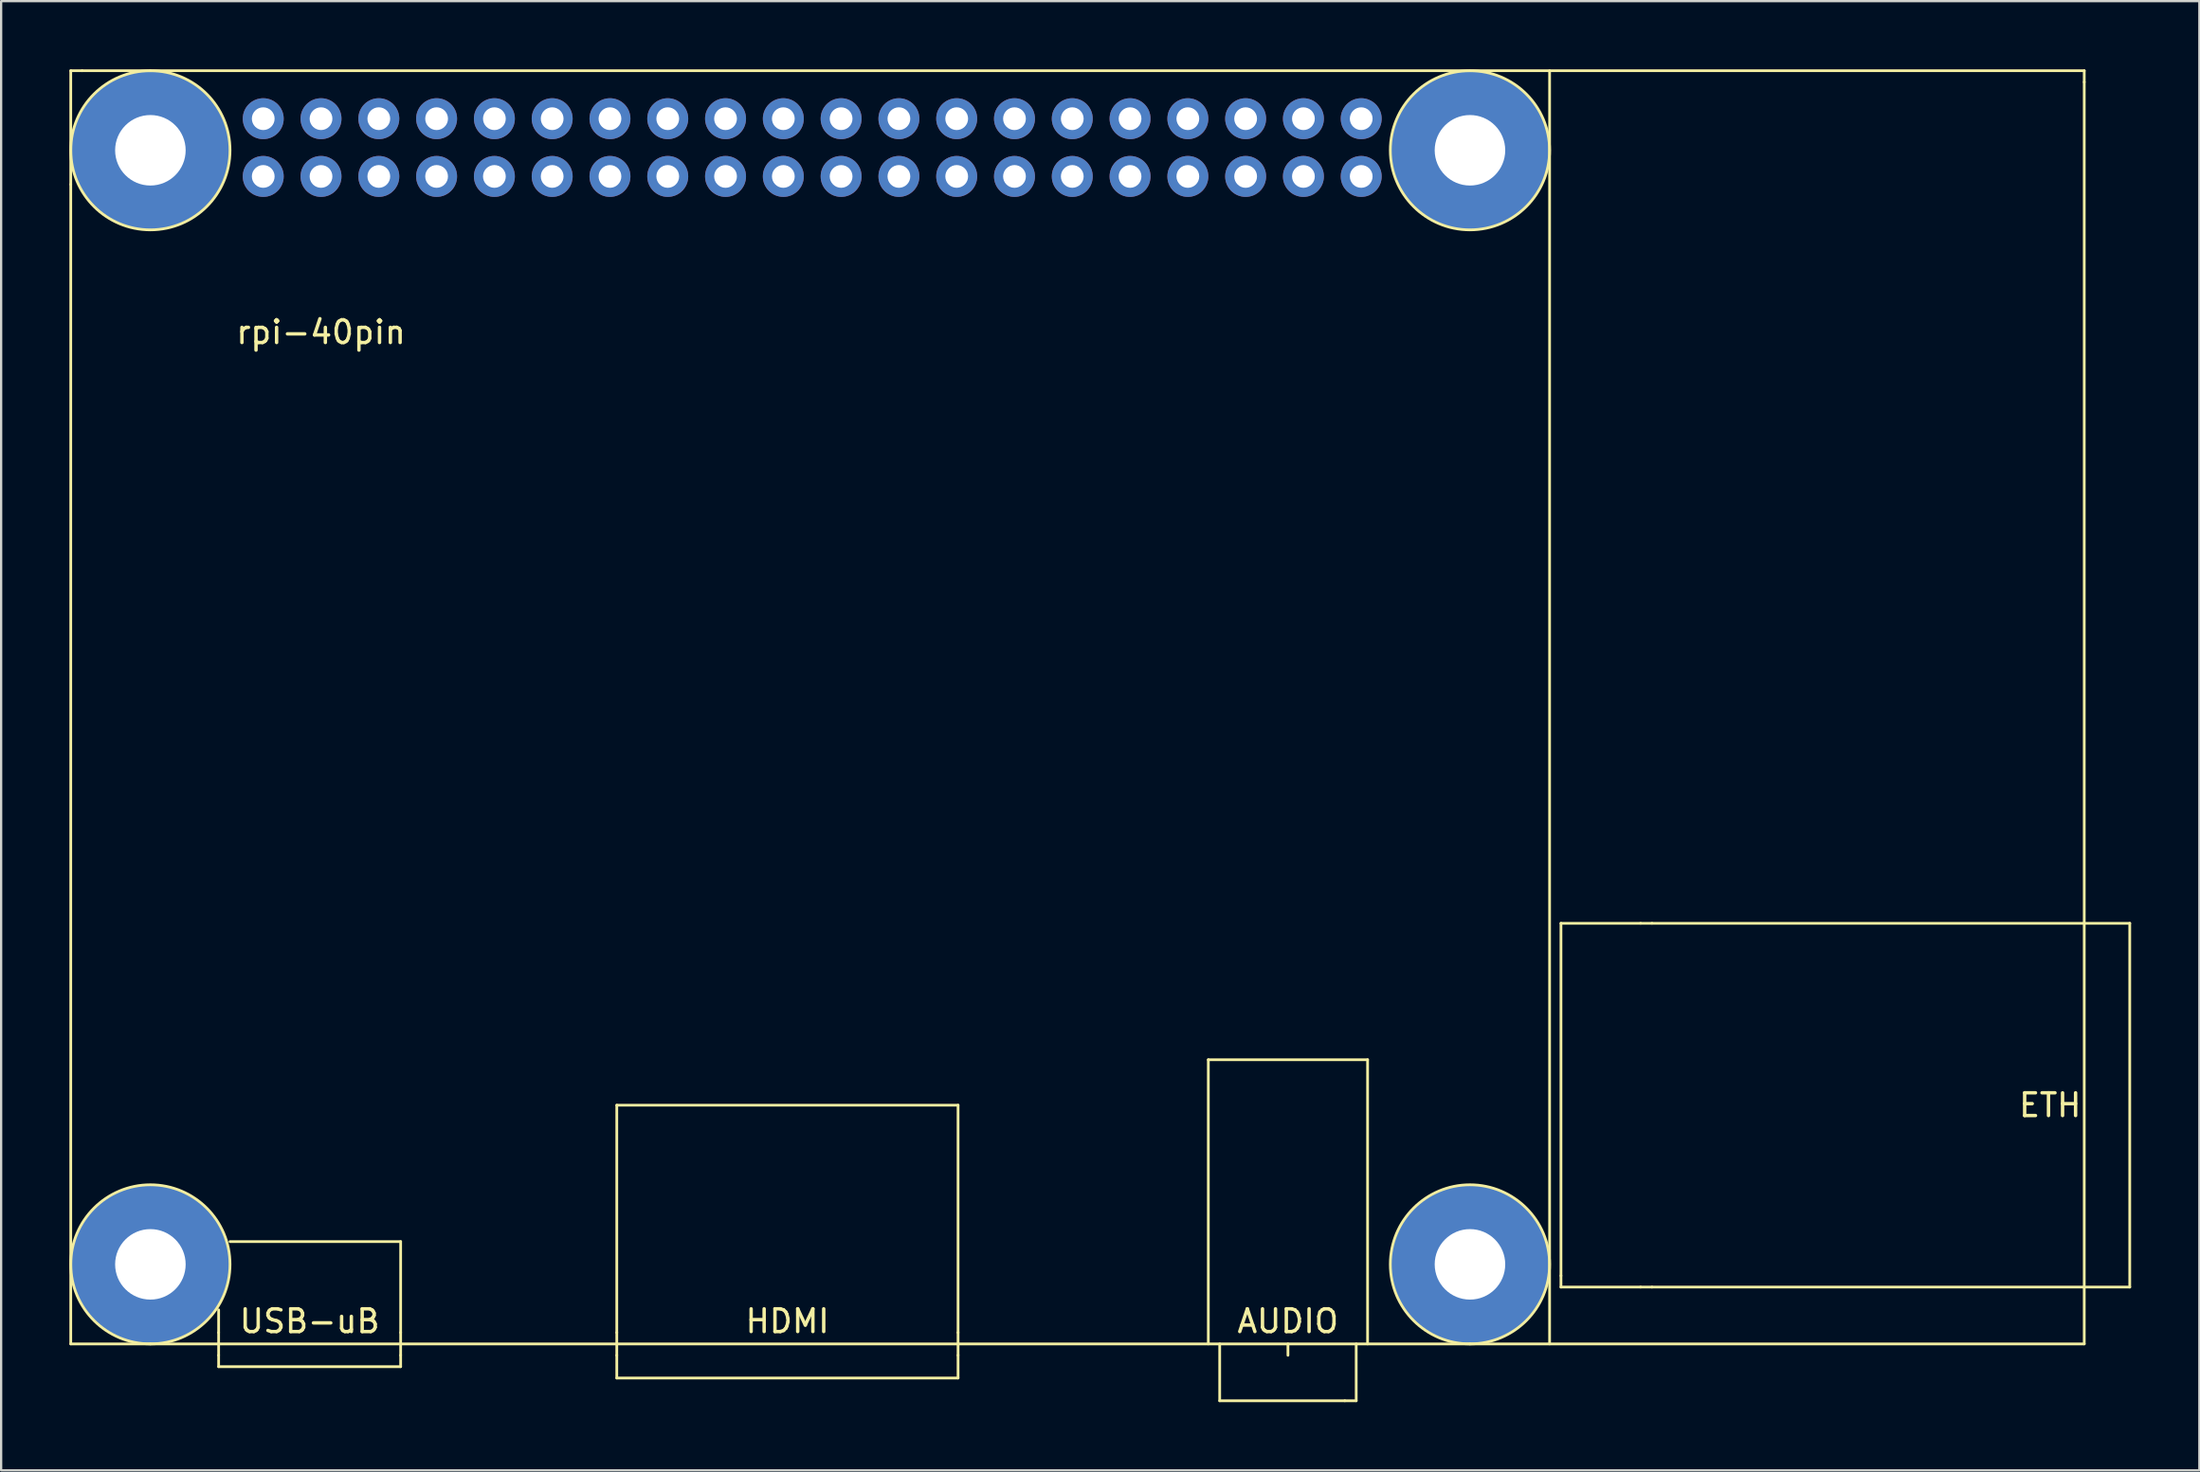
<source format=kicad_pcb>
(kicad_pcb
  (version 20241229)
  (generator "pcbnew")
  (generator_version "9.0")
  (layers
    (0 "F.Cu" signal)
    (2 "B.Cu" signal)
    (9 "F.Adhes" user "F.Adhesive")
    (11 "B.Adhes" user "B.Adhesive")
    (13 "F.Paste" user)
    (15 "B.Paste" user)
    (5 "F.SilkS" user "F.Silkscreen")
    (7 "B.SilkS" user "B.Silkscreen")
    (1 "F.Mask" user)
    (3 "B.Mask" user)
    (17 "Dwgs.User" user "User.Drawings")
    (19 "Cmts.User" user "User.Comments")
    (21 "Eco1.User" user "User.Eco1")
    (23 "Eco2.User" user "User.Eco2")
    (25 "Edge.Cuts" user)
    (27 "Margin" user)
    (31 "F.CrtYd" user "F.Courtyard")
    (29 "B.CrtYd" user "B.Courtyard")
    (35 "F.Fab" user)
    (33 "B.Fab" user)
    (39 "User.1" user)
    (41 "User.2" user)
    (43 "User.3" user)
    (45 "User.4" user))
  (footprint "rpi-40pin"
    (layer "F.Cu")
    (at 11.06 11.06)
    (property "Reference" "rpi-40pin" (at 0 0.5 0) (layer "F.SilkS") (effects (font (size 1 1) (thickness 0.15))))
    (attr through_hole)
    (fp_line (start -11 -11) (end -11 -6) (stroke (width 0.12) (type solid)) (layer "F.SilkS"))
    (fp_line (start -11 -11) (end -10.5 -11) (stroke (width 0.12) (type solid)) (layer "F.SilkS"))
    (fp_line (start -11 45) (end -11 -6) (stroke (width 0.12) (type solid)) (layer "F.SilkS"))
    (fp_line (start -7.5 -11) (end -10.5 -11) (stroke (width 0.12) (type solid)) (layer "F.SilkS"))
    (fp_line (start -7.5 45) (end -11 45) (stroke (width 0.12) (type solid)) (layer "F.SilkS"))
    (fp_line (start -7.5 45) (end 50.5 45) (stroke (width 0.12) (type solid)) (layer "F.SilkS"))
    (fp_line (start -4.5 44.5) (end -4.5 43.5) (stroke (width 0.12) (type solid)) (layer "F.SilkS"))
    (fp_line (start -4.5 44.5) (end -4.5 45.5) (stroke (width 0.12) (type solid)) (layer "F.SilkS"))
    (fp_line (start -4.5 45.5) (end -4.5 46) (stroke (width 0.12) (type solid)) (layer "F.SilkS"))
    (fp_line (start -4.5 46) (end 3.5 46) (stroke (width 0.12) (type solid)) (layer "F.SilkS"))
    (fp_line (start 3.5 40.5) (end -4 40.5) (stroke (width 0.12) (type solid)) (layer "F.SilkS"))
    (fp_line (start 3.5 44.5) (end 3.5 40.5) (stroke (width 0.12) (type solid)) (layer "F.SilkS"))
    (fp_line (start 3.5 45.5) (end 3.5 44.5) (stroke (width 0.12) (type solid)) (layer "F.SilkS"))
    (fp_line (start 3.5 46) (end 3.5 45.5) (stroke (width 0.12) (type solid)) (layer "F.SilkS"))
    (fp_line (start 13 34.5) (end 28 34.5) (stroke (width 0.12) (type solid)) (layer "F.SilkS"))
    (fp_line (start 13 44.5) (end 13 34.5) (stroke (width 0.12) (type solid)) (layer "F.SilkS"))
    (fp_line (start 13 44.5) (end 13 45.5) (stroke (width 0.12) (type solid)) (layer "F.SilkS"))
    (fp_line (start 13 45.5) (end 13 46.5) (stroke (width 0.12) (type solid)) (layer "F.SilkS"))
    (fp_line (start 13 46.5) (end 28 46.5) (stroke (width 0.12) (type solid)) (layer "F.SilkS"))
    (fp_line (start 28 34.5) (end 28 44.5) (stroke (width 0.12) (type solid)) (layer "F.SilkS"))
    (fp_line (start 28 44.5) (end 28 45.5) (stroke (width 0.12) (type solid)) (layer "F.SilkS"))
    (fp_line (start 28 46.5) (end 28 45.5) (stroke (width 0.12) (type solid)) (layer "F.SilkS"))
    (fp_line (start 39 32.5) (end 46 32.5) (stroke (width 0.12) (type solid)) (layer "F.SilkS"))
    (fp_line (start 39 45) (end 39 32.5) (stroke (width 0.12) (type solid)) (layer "F.SilkS"))
    (fp_line (start 39.5 45) (end 39.5 47.5) (stroke (width 0.12) (type solid)) (layer "F.SilkS"))
    (fp_line (start 39.5 47.5) (end 45 47.5) (stroke (width 0.12) (type solid)) (layer "F.SilkS"))
    (fp_line (start 42.5 45.5) (end 42.5 45) (stroke (width 0.12) (type solid)) (layer "F.SilkS"))
    (fp_line (start 45 47.5) (end 45.5 47.5) (stroke (width 0.12) (type solid)) (layer "F.SilkS"))
    (fp_line (start 45.5 47.5) (end 45.5 45) (stroke (width 0.12) (type solid)) (layer "F.SilkS"))
    (fp_line (start 46 32.5) (end 46 45) (stroke (width 0.12) (type solid)) (layer "F.SilkS"))
    (fp_line (start 50.5 45) (end 77.5 45) (stroke (width 0.12) (type solid)) (layer "F.SilkS"))
    (fp_line (start 54 45) (end 54 -11) (stroke (width 0.12) (type solid)) (layer "F.SilkS"))
    (fp_line (start 54.5 26.5) (end 58 26.5) (stroke (width 0.12) (type solid)) (layer "F.SilkS"))
    (fp_line (start 54.5 42) (end 54.5 26.5) (stroke (width 0.12) (type solid)) (layer "F.SilkS"))
    (fp_line (start 54.5 42) (end 54.5 42.5) (stroke (width 0.12) (type solid)) (layer "F.SilkS"))
    (fp_line (start 54.5 42.5) (end 58 42.5) (stroke (width 0.12) (type solid)) (layer "F.SilkS"))
    (fp_line (start 58 26.5) (end 58.5 26.5) (stroke (width 0.12) (type solid)) (layer "F.SilkS"))
    (fp_line (start 58 42.5) (end 58.5 42.5) (stroke (width 0.12) (type solid)) (layer "F.SilkS"))
    (fp_line (start 58.5 26.5) (end 77.5 26.5) (stroke (width 0.12) (type solid)) (layer "F.SilkS"))
    (fp_line (start 77.5 -11) (end -7.5 -11) (stroke (width 0.12) (type solid)) (layer "F.SilkS"))
    (fp_line (start 77.5 -10.5) (end 77.5 -11) (stroke (width 0.12) (type solid)) (layer "F.SilkS"))
    (fp_line (start 77.5 26.5) (end 79.5 26.5) (stroke (width 0.12) (type solid)) (layer "F.SilkS"))
    (fp_line (start 77.5 42.5) (end 58.5 42.5) (stroke (width 0.12) (type solid)) (layer "F.SilkS"))
    (fp_line (start 77.5 45) (end 77.5 -10.5) (stroke (width 0.12) (type solid)) (layer "F.SilkS"))
    (fp_line (start 79.5 26.5) (end 79.5 42.5) (stroke (width 0.12) (type solid)) (layer "F.SilkS"))
    (fp_line (start 79.5 42.5) (end 77.5 42.5) (stroke (width 0.12) (type solid)) (layer "F.SilkS"))
    (fp_circle (center -7.5 -7.5) (end -11 -7.5) (stroke (width 0.12) (type solid)) (fill no) (layer "F.SilkS"))
    (fp_circle (center -7.5 41.5) (end -4 41.5) (stroke (width 0.12) (type solid)) (fill no) (layer "F.SilkS"))
    (fp_circle (center 50.5 -7.5) (end 54 -7.5) (stroke (width 0.12) (type solid)) (fill no) (layer "F.SilkS"))
    (fp_circle (center 50.5 41.5) (end 54 41.5) (stroke (width 0.12) (type solid)) (fill no) (layer "F.SilkS"))
    (fp_text user "AUDIO" (at 42.5 44 0) (unlocked yes) (layer "F.SilkS") (effects (font (size 1 1) (thickness 0.15))))
    (fp_text user "HDMI" (at 20.5 44 0) (unlocked yes) (layer "F.SilkS") (effects (font (size 1 1) (thickness 0.15))))
    (fp_text user "USB-uB" (at -0.5 44 0) (unlocked yes) (layer "F.SilkS") (effects (font (size 1 1) (thickness 0.15))))
    (fp_text user "ETH" (at 76 34.5 0) (unlocked yes) (layer "F.SilkS") (effects (font (size 1 1) (thickness 0.15))))
    (pad "0" thru_hole circle (at -7.5 -7.5 90) (size 7 7) (drill 3.1) (layers "*.Cu" "*.Mask"))
    (pad "0" thru_hole circle (at -7.5 41.5 90) (size 7 7) (drill 3.1) (layers "*.Cu" "*.Mask"))
    (pad "0" thru_hole circle (at 50.5 -7.5 90) (size 7 7) (drill 3.1) (layers "*.Cu" "*.Mask"))
    (pad "0" thru_hole circle (at 50.5 41.5 90) (size 7 7) (drill 3.1) (layers "*.Cu" "*.Mask"))
    (pad "1" thru_hole circle (at -2.54 -6.35) (size 1.8 1.8) (drill 1) (layers "*.Cu" "*.Mask"))
    (pad "2" thru_hole circle (at -2.54 -8.89) (size 1.8 1.8) (drill 1) (layers "*.Cu" "*.Mask"))
    (pad "3" thru_hole circle (at 0 -6.35) (size 1.8 1.8) (drill 1) (layers "*.Cu" "*.Mask"))
    (pad "4" thru_hole circle (at 0 -8.89) (size 1.8 1.8) (drill 1) (layers "*.Cu" "*.Mask"))
    (pad "5" thru_hole circle (at 2.54 -6.35) (size 1.8 1.8) (drill 1) (layers "*.Cu" "*.Mask"))
    (pad "6" thru_hole circle (at 2.54 -8.89) (size 1.8 1.8) (drill 1) (layers "*.Cu" "*.Mask"))
    (pad "7" thru_hole circle (at 5.08 -6.35) (size 1.8 1.8) (drill 1) (layers "*.Cu" "*.Mask"))
    (pad "8" thru_hole circle (at 5.08 -8.89) (size 1.8 1.8) (drill 1) (layers "*.Cu" "*.Mask"))
    (pad "9" thru_hole circle (at 7.62 -6.35) (size 1.8 1.8) (drill 1) (layers "*.Cu" "*.Mask"))
    (pad "10" thru_hole circle (at 7.62 -8.89) (size 1.8 1.8) (drill 1) (layers "*.Cu" "*.Mask"))
    (pad "11" thru_hole circle (at 10.16 -6.35) (size 1.8 1.8) (drill 1) (layers "*.Cu" "*.Mask"))
    (pad "12" thru_hole circle (at 10.16 -8.89) (size 1.8 1.8) (drill 1) (layers "*.Cu" "*.Mask"))
    (pad "13" thru_hole circle (at 12.7 -6.35) (size 1.8 1.8) (drill 1) (layers "*.Cu" "*.Mask"))
    (pad "14" thru_hole circle (at 12.7 -8.89) (size 1.8 1.8) (drill 1) (layers "*.Cu" "*.Mask"))
    (pad "15" thru_hole circle (at 15.24 -6.35) (size 1.8 1.8) (drill 1) (layers "*.Cu" "*.Mask"))
    (pad "16" thru_hole circle (at 15.24 -8.89) (size 1.8 1.8) (drill 1) (layers "*.Cu" "*.Mask"))
    (pad "17" thru_hole circle (at 17.78 -6.35) (size 1.8 1.8) (drill 1) (layers "*.Cu" "*.Mask"))
    (pad "18" thru_hole circle (at 17.78 -8.89) (size 1.8 1.8) (drill 1) (layers "*.Cu" "*.Mask"))
    (pad "19" thru_hole circle (at 20.32 -6.35) (size 1.8 1.8) (drill 1) (layers "*.Cu" "*.Mask"))
    (pad "20" thru_hole circle (at 20.32 -8.89) (size 1.8 1.8) (drill 1) (layers "*.Cu" "*.Mask"))
    (pad "21" thru_hole circle (at 22.86 -6.35) (size 1.8 1.8) (drill 1) (layers "*.Cu" "*.Mask"))
    (pad "22" thru_hole circle (at 22.86 -8.89) (size 1.8 1.8) (drill 1) (layers "*.Cu" "*.Mask"))
    (pad "23" thru_hole circle (at 25.4 -6.35) (size 1.8 1.8) (drill 1) (layers "*.Cu" "*.Mask"))
    (pad "24" thru_hole circle (at 25.4 -8.89) (size 1.8 1.8) (drill 1) (layers "*.Cu" "*.Mask"))
    (pad "25" thru_hole circle (at 27.94 -6.35) (size 1.8 1.8) (drill 1) (layers "*.Cu" "*.Mask"))
    (pad "26" thru_hole circle (at 27.94 -8.89) (size 1.8 1.8) (drill 1) (layers "*.Cu" "*.Mask"))
    (pad "27" thru_hole circle (at 30.48 -6.35) (size 1.8 1.8) (drill 1) (layers "*.Cu" "*.Mask"))
    (pad "28" thru_hole circle (at 30.48 -8.89) (size 1.8 1.8) (drill 1) (layers "*.Cu" "*.Mask"))
    (pad "29" thru_hole circle (at 33.02 -6.35) (size 1.8 1.8) (drill 1) (layers "*.Cu" "*.Mask"))
    (pad "30" thru_hole circle (at 33.02 -8.89) (size 1.8 1.8) (drill 1) (layers "*.Cu" "*.Mask"))
    (pad "31" thru_hole circle (at 35.56 -6.35) (size 1.8 1.8) (drill 1) (layers "*.Cu" "*.Mask"))
    (pad "32" thru_hole circle (at 35.56 -8.89) (size 1.8 1.8) (drill 1) (layers "*.Cu" "*.Mask"))
    (pad "33" thru_hole circle (at 38.1 -6.35) (size 1.8 1.8) (drill 1) (layers "*.Cu" "*.Mask"))
    (pad "34" thru_hole circle (at 38.1 -8.89) (size 1.8 1.8) (drill 1) (layers "*.Cu" "*.Mask"))
    (pad "35" thru_hole circle (at 40.64 -6.35) (size 1.8 1.8) (drill 1) (layers "*.Cu" "*.Mask"))
    (pad "36" thru_hole circle (at 40.64 -8.89) (size 1.8 1.8) (drill 1) (layers "*.Cu" "*.Mask"))
    (pad "37" thru_hole circle (at 43.18 -6.35) (size 1.8 1.8) (drill 1) (layers "*.Cu" "*.Mask"))
    (pad "38" thru_hole circle (at 43.18 -8.89) (size 1.8 1.8) (drill 1) (layers "*.Cu" "*.Mask"))
    (pad "39" thru_hole circle (at 45.72 -6.35) (size 1.8 1.8) (drill 1) (layers "*.Cu" "*.Mask"))
    (pad "40" thru_hole circle (at 45.72 -8.89) (size 1.8 1.8) (drill 1) (layers "*.Cu" "*.Mask")))
  (gr_rect
    (start -3 -3)
    (end 93.62 61.62)
    (stroke (width 0.1) (type default))
    (fill no)
    (layer "Edge.Cuts")))
</source>
